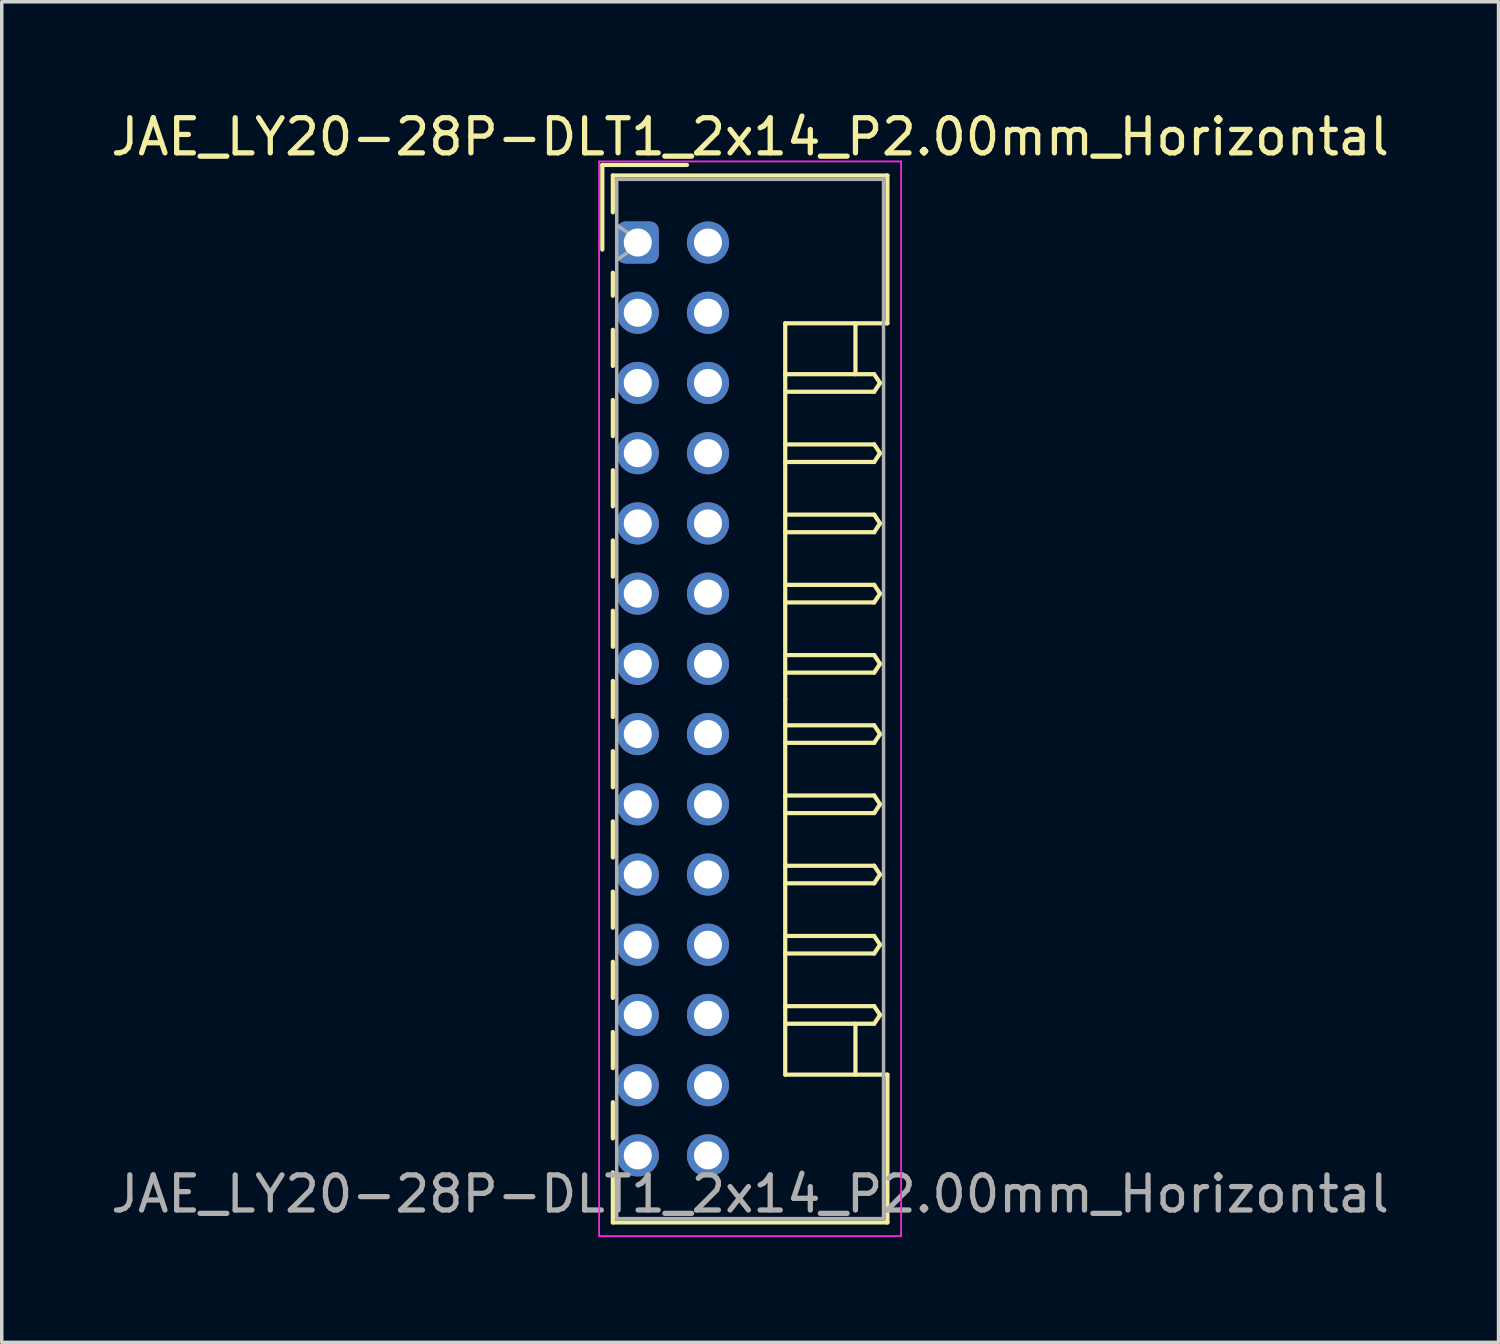
<source format=kicad_pcb>
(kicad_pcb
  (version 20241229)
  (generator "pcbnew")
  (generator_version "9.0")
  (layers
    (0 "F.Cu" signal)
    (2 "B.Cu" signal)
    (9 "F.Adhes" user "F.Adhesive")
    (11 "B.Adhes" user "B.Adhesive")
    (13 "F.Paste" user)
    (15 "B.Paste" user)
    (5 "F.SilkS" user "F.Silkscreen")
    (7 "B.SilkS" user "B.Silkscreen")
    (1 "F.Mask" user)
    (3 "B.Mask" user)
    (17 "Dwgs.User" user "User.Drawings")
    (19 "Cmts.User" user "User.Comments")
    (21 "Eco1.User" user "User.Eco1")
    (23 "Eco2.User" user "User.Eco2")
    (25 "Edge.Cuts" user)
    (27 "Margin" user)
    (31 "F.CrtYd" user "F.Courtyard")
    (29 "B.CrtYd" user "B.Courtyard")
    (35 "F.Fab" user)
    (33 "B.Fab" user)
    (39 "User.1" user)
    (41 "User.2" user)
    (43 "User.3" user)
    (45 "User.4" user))
  (footprint "JAE_LY20-28P-DLT1_2x14_P2.00mm_Horizontal"
    (layer "F.Cu")
    (at 15.115 3.858)
    (property "Reference" "JAE_LY20-28P-DLT1_2x14_P2.00mm_Horizontal" (at 3.2 -3.01 0) (layer "F.SilkS") (effects (font (size 1 1) (thickness 0.15))))
    (attr through_hole)
    (fp_line (start -1.01 -2.21) (end -1.01 0.2) (stroke (width 0.12) (type solid)) (layer "F.SilkS"))
    (fp_line (start -0.71 -1.91) (end -0.71 -0.86) (stroke (width 0.12) (type solid)) (layer "F.SilkS"))
    (fp_line (start -0.71 -1.91) (end 7.11 -1.91) (stroke (width 0.12) (type solid)) (layer "F.SilkS"))
    (fp_line (start -0.71 0.86) (end -0.71 1.515) (stroke (width 0.12) (type solid)) (layer "F.SilkS"))
    (fp_line (start -0.71 2.485) (end -0.71 3.515) (stroke (width 0.12) (type solid)) (layer "F.SilkS"))
    (fp_line (start -0.71 4.485) (end -0.71 5.515) (stroke (width 0.12) (type solid)) (layer "F.SilkS"))
    (fp_line (start -0.71 6.485) (end -0.71 7.515) (stroke (width 0.12) (type solid)) (layer "F.SilkS"))
    (fp_line (start -0.71 8.485) (end -0.71 9.515) (stroke (width 0.12) (type solid)) (layer "F.SilkS"))
    (fp_line (start -0.71 10.485) (end -0.71 11.515) (stroke (width 0.12) (type solid)) (layer "F.SilkS"))
    (fp_line (start -0.71 12.485) (end -0.71 13.515) (stroke (width 0.12) (type solid)) (layer "F.SilkS"))
    (fp_line (start -0.71 14.485) (end -0.71 15.515) (stroke (width 0.12) (type solid)) (layer "F.SilkS"))
    (fp_line (start -0.71 16.485) (end -0.71 17.515) (stroke (width 0.12) (type solid)) (layer "F.SilkS"))
    (fp_line (start -0.71 18.485) (end -0.71 19.515) (stroke (width 0.12) (type solid)) (layer "F.SilkS"))
    (fp_line (start -0.71 20.485) (end -0.71 21.515) (stroke (width 0.12) (type solid)) (layer "F.SilkS"))
    (fp_line (start -0.71 22.485) (end -0.71 23.515) (stroke (width 0.12) (type solid)) (layer "F.SilkS"))
    (fp_line (start -0.71 24.485) (end -0.71 25.515) (stroke (width 0.12) (type solid)) (layer "F.SilkS"))
    (fp_line (start -0.71 26.485) (end -0.71 27.91) (stroke (width 0.12) (type solid)) (layer "F.SilkS"))
    (fp_line (start -0.71 27.91) (end 7.11 27.91) (stroke (width 0.12) (type solid)) (layer "F.SilkS"))
    (fp_line (start 1.4 -2.21) (end -1.01 -2.21) (stroke (width 0.12) (type solid)) (layer "F.SilkS"))
    (fp_line (start 4.2 2.3) (end 4.2 13) (stroke (width 0.12) (type solid)) (layer "F.SilkS"))
    (fp_line (start 4.2 3.75) (end 6.733 3.75) (stroke (width 0.12) (type solid)) (layer "F.SilkS"))
    (fp_line (start 4.2 5.75) (end 6.733 5.75) (stroke (width 0.12) (type solid)) (layer "F.SilkS"))
    (fp_line (start 4.2 7.75) (end 6.733 7.75) (stroke (width 0.12) (type solid)) (layer "F.SilkS"))
    (fp_line (start 4.2 9.75) (end 6.733 9.75) (stroke (width 0.12) (type solid)) (layer "F.SilkS"))
    (fp_line (start 4.2 11.75) (end 6.733 11.75) (stroke (width 0.12) (type solid)) (layer "F.SilkS"))
    (fp_line (start 4.2 13.75) (end 6.733 13.75) (stroke (width 0.12) (type solid)) (layer "F.SilkS"))
    (fp_line (start 4.2 15.75) (end 6.733 15.75) (stroke (width 0.12) (type solid)) (layer "F.SilkS"))
    (fp_line (start 4.2 17.75) (end 6.733 17.75) (stroke (width 0.12) (type solid)) (layer "F.SilkS"))
    (fp_line (start 4.2 19.75) (end 6.733 19.75) (stroke (width 0.12) (type solid)) (layer "F.SilkS"))
    (fp_line (start 4.2 21.75) (end 6.733 21.75) (stroke (width 0.12) (type solid)) (layer "F.SilkS"))
    (fp_line (start 4.2 23.7) (end 4.2 13) (stroke (width 0.12) (type solid)) (layer "F.SilkS"))
    (fp_line (start 6.2 2.3) (end 6.2 3.75) (stroke (width 0.12) (type solid)) (layer "F.SilkS"))
    (fp_line (start 6.2 23.7) (end 6.2 22.25) (stroke (width 0.12) (type solid)) (layer "F.SilkS"))
    (fp_line (start 6.733 3.75) (end 6.9 4) (stroke (width 0.12) (type solid)) (layer "F.SilkS"))
    (fp_line (start 6.733 4.25) (end 4.2 4.25) (stroke (width 0.12) (type solid)) (layer "F.SilkS"))
    (fp_line (start 6.733 5.75) (end 6.9 6) (stroke (width 0.12) (type solid)) (layer "F.SilkS"))
    (fp_line (start 6.733 6.25) (end 4.2 6.25) (stroke (width 0.12) (type solid)) (layer "F.SilkS"))
    (fp_line (start 6.733 7.75) (end 6.9 8) (stroke (width 0.12) (type solid)) (layer "F.SilkS"))
    (fp_line (start 6.733 8.25) (end 4.2 8.25) (stroke (width 0.12) (type solid)) (layer "F.SilkS"))
    (fp_line (start 6.733 9.75) (end 6.9 10) (stroke (width 0.12) (type solid)) (layer "F.SilkS"))
    (fp_line (start 6.733 10.25) (end 4.2 10.25) (stroke (width 0.12) (type solid)) (layer "F.SilkS"))
    (fp_line (start 6.733 11.75) (end 6.9 12) (stroke (width 0.12) (type solid)) (layer "F.SilkS"))
    (fp_line (start 6.733 12.25) (end 4.2 12.25) (stroke (width 0.12) (type solid)) (layer "F.SilkS"))
    (fp_line (start 6.733 13.75) (end 6.9 14) (stroke (width 0.12) (type solid)) (layer "F.SilkS"))
    (fp_line (start 6.733 14.25) (end 4.2 14.25) (stroke (width 0.12) (type solid)) (layer "F.SilkS"))
    (fp_line (start 6.733 15.75) (end 6.9 16) (stroke (width 0.12) (type solid)) (layer "F.SilkS"))
    (fp_line (start 6.733 16.25) (end 4.2 16.25) (stroke (width 0.12) (type solid)) (layer "F.SilkS"))
    (fp_line (start 6.733 17.75) (end 6.9 18) (stroke (width 0.12) (type solid)) (layer "F.SilkS"))
    (fp_line (start 6.733 18.25) (end 4.2 18.25) (stroke (width 0.12) (type solid)) (layer "F.SilkS"))
    (fp_line (start 6.733 19.75) (end 6.9 20) (stroke (width 0.12) (type solid)) (layer "F.SilkS"))
    (fp_line (start 6.733 20.25) (end 4.2 20.25) (stroke (width 0.12) (type solid)) (layer "F.SilkS"))
    (fp_line (start 6.733 21.75) (end 6.9 22) (stroke (width 0.12) (type solid)) (layer "F.SilkS"))
    (fp_line (start 6.733 22.25) (end 4.2 22.25) (stroke (width 0.12) (type solid)) (layer "F.SilkS"))
    (fp_line (start 6.9 4) (end 6.733 4.25) (stroke (width 0.12) (type solid)) (layer "F.SilkS"))
    (fp_line (start 6.9 6) (end 6.733 6.25) (stroke (width 0.12) (type solid)) (layer "F.SilkS"))
    (fp_line (start 6.9 8) (end 6.733 8.25) (stroke (width 0.12) (type solid)) (layer "F.SilkS"))
    (fp_line (start 6.9 10) (end 6.733 10.25) (stroke (width 0.12) (type solid)) (layer "F.SilkS"))
    (fp_line (start 6.9 12) (end 6.733 12.25) (stroke (width 0.12) (type solid)) (layer "F.SilkS"))
    (fp_line (start 6.9 14) (end 6.733 14.25) (stroke (width 0.12) (type solid)) (layer "F.SilkS"))
    (fp_line (start 6.9 16) (end 6.733 16.25) (stroke (width 0.12) (type solid)) (layer "F.SilkS"))
    (fp_line (start 6.9 18) (end 6.733 18.25) (stroke (width 0.12) (type solid)) (layer "F.SilkS"))
    (fp_line (start 6.9 20) (end 6.733 20.25) (stroke (width 0.12) (type solid)) (layer "F.SilkS"))
    (fp_line (start 6.9 22) (end 6.733 22.25) (stroke (width 0.12) (type solid)) (layer "F.SilkS"))
    (fp_line (start 7.11 -1.91) (end 7.11 2.3) (stroke (width 0.12) (type solid)) (layer "F.SilkS"))
    (fp_line (start 7.11 2.3) (end 4.2 2.3) (stroke (width 0.12) (type solid)) (layer "F.SilkS"))
    (fp_line (start 7.11 23.7) (end 4.2 23.7) (stroke (width 0.12) (type solid)) (layer "F.SilkS"))
    (fp_line (start 7.11 27.91) (end 7.11 23.7) (stroke (width 0.12) (type solid)) (layer "F.SilkS"))
    (fp_line (start -1.1 -2.31) (end -1.1 28.3) (stroke (width 0.05) (type solid)) (layer "F.CrtYd"))
    (fp_line (start -1.1 28.3) (end 7.5 28.3) (stroke (width 0.05) (type solid)) (layer "F.CrtYd"))
    (fp_line (start 7.5 -2.31) (end -1.1 -2.31) (stroke (width 0.05) (type solid)) (layer "F.CrtYd"))
    (fp_line (start 7.5 28.3) (end 7.5 -2.31) (stroke (width 0.05) (type solid)) (layer "F.CrtYd"))
    (fp_line (start -0.6 -1.8) (end -0.6 27.8) (stroke (width 0.1) (type solid)) (layer "F.Fab"))
    (fp_line (start -0.6 0.5) (end 0.107 0) (stroke (width 0.1) (type solid)) (layer "F.Fab"))
    (fp_line (start -0.6 27.8) (end 7 27.8) (stroke (width 0.1) (type solid)) (layer "F.Fab"))
    (fp_line (start 0.107 0) (end -0.6 -0.5) (stroke (width 0.1) (type solid)) (layer "F.Fab"))
    (fp_line (start 7 -1.8) (end -0.6 -1.8) (stroke (width 0.1) (type solid)) (layer "F.Fab"))
    (fp_line (start 7 27.8) (end 7 -1.8) (stroke (width 0.1) (type solid)) (layer "F.Fab"))
    (fp_text user "${REFERENCE}" (at 3.2 27.1 0) (layer "F.Fab") (effects (font (size 1 1) (thickness 0.15))))
    (pad "a1" thru_hole roundrect (at 0 0) (size 1.2 1.2) (drill 0.8) (layers "*.Cu" "*.Mask") (roundrect_rratio 0.208))
    (pad "a2" thru_hole circle (at 0 2) (size 1.2 1.2) (drill 0.8) (layers "*.Cu" "*.Mask"))
    (pad "a3" thru_hole circle (at 0 4) (size 1.2 1.2) (drill 0.8) (layers "*.Cu" "*.Mask"))
    (pad "a4" thru_hole circle (at 0 6) (size 1.2 1.2) (drill 0.8) (layers "*.Cu" "*.Mask"))
    (pad "a5" thru_hole circle (at 0 8) (size 1.2 1.2) (drill 0.8) (layers "*.Cu" "*.Mask"))
    (pad "a6" thru_hole circle (at 0 10) (size 1.2 1.2) (drill 0.8) (layers "*.Cu" "*.Mask"))
    (pad "a7" thru_hole circle (at 0 12) (size 1.2 1.2) (drill 0.8) (layers "*.Cu" "*.Mask"))
    (pad "a8" thru_hole circle (at 0 14) (size 1.2 1.2) (drill 0.8) (layers "*.Cu" "*.Mask"))
    (pad "a9" thru_hole circle (at 0 16) (size 1.2 1.2) (drill 0.8) (layers "*.Cu" "*.Mask"))
    (pad "a10" thru_hole circle (at 0 18) (size 1.2 1.2) (drill 0.8) (layers "*.Cu" "*.Mask"))
    (pad "a11" thru_hole circle (at 0 20) (size 1.2 1.2) (drill 0.8) (layers "*.Cu" "*.Mask"))
    (pad "a12" thru_hole circle (at 0 22) (size 1.2 1.2) (drill 0.8) (layers "*.Cu" "*.Mask"))
    (pad "a13" thru_hole circle (at 0 24) (size 1.2 1.2) (drill 0.8) (layers "*.Cu" "*.Mask"))
    (pad "a14" thru_hole circle (at 0 26) (size 1.2 1.2) (drill 0.8) (layers "*.Cu" "*.Mask"))
    (pad "b1" thru_hole circle (at 2 0) (size 1.2 1.2) (drill 0.8) (layers "*.Cu" "*.Mask"))
    (pad "b2" thru_hole circle (at 2 2) (size 1.2 1.2) (drill 0.8) (layers "*.Cu" "*.Mask"))
    (pad "b3" thru_hole circle (at 2 4) (size 1.2 1.2) (drill 0.8) (layers "*.Cu" "*.Mask"))
    (pad "b4" thru_hole circle (at 2 6) (size 1.2 1.2) (drill 0.8) (layers "*.Cu" "*.Mask"))
    (pad "b5" thru_hole circle (at 2 8) (size 1.2 1.2) (drill 0.8) (layers "*.Cu" "*.Mask"))
    (pad "b6" thru_hole circle (at 2 10) (size 1.2 1.2) (drill 0.8) (layers "*.Cu" "*.Mask"))
    (pad "b7" thru_hole circle (at 2 12) (size 1.2 1.2) (drill 0.8) (layers "*.Cu" "*.Mask"))
    (pad "b8" thru_hole circle (at 2 14) (size 1.2 1.2) (drill 0.8) (layers "*.Cu" "*.Mask"))
    (pad "b9" thru_hole circle (at 2 16) (size 1.2 1.2) (drill 0.8) (layers "*.Cu" "*.Mask"))
    (pad "b10" thru_hole circle (at 2 18) (size 1.2 1.2) (drill 0.8) (layers "*.Cu" "*.Mask"))
    (pad "b11" thru_hole circle (at 2 20) (size 1.2 1.2) (drill 0.8) (layers "*.Cu" "*.Mask"))
    (pad "b12" thru_hole circle (at 2 22) (size 1.2 1.2) (drill 0.8) (layers "*.Cu" "*.Mask"))
    (pad "b13" thru_hole circle (at 2 24) (size 1.2 1.2) (drill 0.8) (layers "*.Cu" "*.Mask"))
    (pad "b14" thru_hole circle (at 2 26) (size 1.2 1.2) (drill 0.8) (layers "*.Cu" "*.Mask")))
  (gr_rect
    (start -3 -3)
    (end 39.631 35.183)
    (stroke (width 0.1) (type default))
    (fill no)
    (layer "Edge.Cuts")))
</source>
